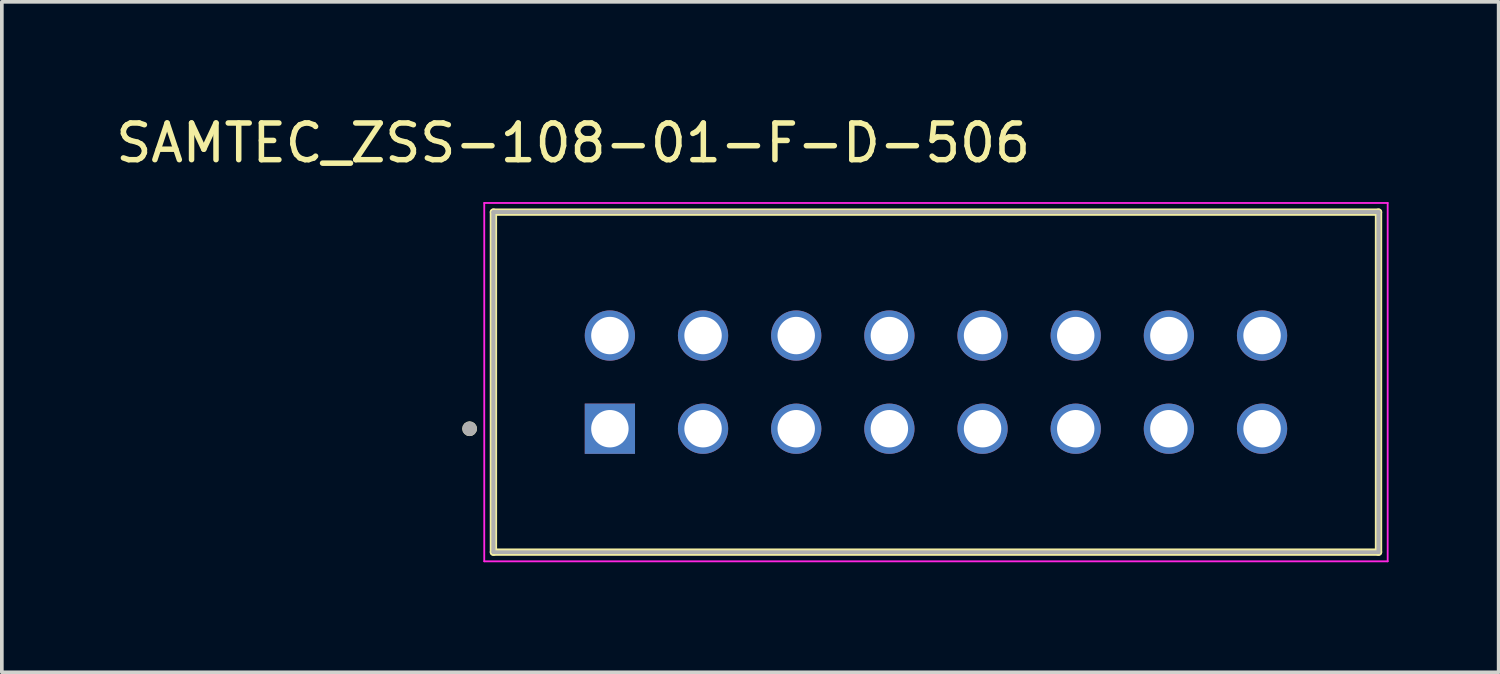
<source format=kicad_pcb>
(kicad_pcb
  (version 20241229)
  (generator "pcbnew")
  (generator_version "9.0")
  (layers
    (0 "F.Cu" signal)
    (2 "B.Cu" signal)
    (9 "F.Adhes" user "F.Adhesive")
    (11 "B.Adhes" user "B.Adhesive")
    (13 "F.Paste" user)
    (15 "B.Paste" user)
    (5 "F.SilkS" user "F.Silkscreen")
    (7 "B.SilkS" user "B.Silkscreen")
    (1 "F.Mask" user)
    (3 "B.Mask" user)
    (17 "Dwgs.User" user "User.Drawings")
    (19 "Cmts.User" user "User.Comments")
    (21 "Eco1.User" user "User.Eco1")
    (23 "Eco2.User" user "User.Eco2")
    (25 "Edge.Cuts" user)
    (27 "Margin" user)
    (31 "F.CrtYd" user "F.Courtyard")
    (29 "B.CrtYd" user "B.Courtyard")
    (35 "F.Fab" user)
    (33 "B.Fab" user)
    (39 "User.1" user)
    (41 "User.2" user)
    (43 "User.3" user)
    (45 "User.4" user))
  (footprint "SAMTEC_ZSS-108-01-F-D-506"
    (layer "F.Cu")
    (at 13.577 8.638)
    (property "Reference" "SAMTEC_ZSS-108-01-F-D-506" (at -1 -7.79 0) (layer "F.SilkS") (effects (font (size 1 1) (thickness 0.15))))
    (attr through_hole)
    (fp_line (start -3.175 3.365) (end -3.175 -5.905) (stroke (width 0.2) (type solid)) (layer "F.SilkS"))
    (fp_line (start 20.955 -5.905) (end -3.175 -5.905) (stroke (width 0.2) (type solid)) (layer "F.SilkS"))
    (fp_line (start 20.955 -5.905) (end 20.955 3.365) (stroke (width 0.2) (type solid)) (layer "F.SilkS"))
    (fp_line (start 20.955 3.365) (end -3.175 3.365) (stroke (width 0.2) (type solid)) (layer "F.SilkS"))
    (fp_circle (center -3.825 0) (end -3.725 0) (stroke (width 0.2) (type solid)) (fill no) (layer "F.SilkS"))
    (fp_line (start -3.425 -6.155) (end 21.205 -6.155) (stroke (width 0.05) (type solid)) (layer "F.CrtYd"))
    (fp_line (start -3.425 3.615) (end -3.425 -6.155) (stroke (width 0.05) (type solid)) (layer "F.CrtYd"))
    (fp_line (start 21.205 -6.155) (end 21.205 3.615) (stroke (width 0.05) (type solid)) (layer "F.CrtYd"))
    (fp_line (start 21.205 3.615) (end -3.425 3.615) (stroke (width 0.05) (type solid)) (layer "F.CrtYd"))
    (fp_line (start -3.175 -5.905) (end 20.955 -5.905) (stroke (width 0.1) (type solid)) (layer "F.Fab"))
    (fp_line (start -3.175 -5.905) (end 20.955 -5.905) (stroke (width 0.1) (type solid)) (layer "F.Fab"))
    (fp_line (start -3.175 3.365) (end -3.175 -5.905) (stroke (width 0.1) (type solid)) (layer "F.Fab"))
    (fp_line (start -3.175 3.365) (end -3.175 -5.905) (stroke (width 0.1) (type solid)) (layer "F.Fab"))
    (fp_line (start 20.955 -5.905) (end 20.955 3.365) (stroke (width 0.1) (type solid)) (layer "F.Fab"))
    (fp_line (start 20.955 -5.905) (end 20.955 3.365) (stroke (width 0.1) (type solid)) (layer "F.Fab"))
    (fp_line (start 20.955 3.365) (end -3.175 3.365) (stroke (width 0.1) (type solid)) (layer "F.Fab"))
    (fp_circle (center -3.825 0) (end -3.725 0) (stroke (width 0.2) (type solid)) (fill no) (layer "F.Fab"))
    (pad "01" thru_hole rect (at 0 0) (size 1.37 1.37) (drill 1.02) (layers "*.Cu" "*.Mask"))
    (pad "02" thru_hole circle (at 0 -2.54) (size 1.37 1.37) (drill 1.02) (layers "*.Cu" "*.Mask"))
    (pad "03" thru_hole circle (at 2.54 0) (size 1.37 1.37) (drill 1.02) (layers "*.Cu" "*.Mask"))
    (pad "04" thru_hole circle (at 2.54 -2.54) (size 1.37 1.37) (drill 1.02) (layers "*.Cu" "*.Mask"))
    (pad "05" thru_hole circle (at 5.08 0) (size 1.37 1.37) (drill 1.02) (layers "*.Cu" "*.Mask"))
    (pad "06" thru_hole circle (at 5.08 -2.54) (size 1.37 1.37) (drill 1.02) (layers "*.Cu" "*.Mask"))
    (pad "07" thru_hole circle (at 7.62 0) (size 1.37 1.37) (drill 1.02) (layers "*.Cu" "*.Mask"))
    (pad "08" thru_hole circle (at 7.62 -2.54) (size 1.37 1.37) (drill 1.02) (layers "*.Cu" "*.Mask"))
    (pad "09" thru_hole circle (at 10.16 0) (size 1.37 1.37) (drill 1.02) (layers "*.Cu" "*.Mask"))
    (pad "10" thru_hole circle (at 10.16 -2.54) (size 1.37 1.37) (drill 1.02) (layers "*.Cu" "*.Mask"))
    (pad "11" thru_hole circle (at 12.7 0) (size 1.37 1.37) (drill 1.02) (layers "*.Cu" "*.Mask"))
    (pad "12" thru_hole circle (at 12.7 -2.54) (size 1.37 1.37) (drill 1.02) (layers "*.Cu" "*.Mask"))
    (pad "13" thru_hole circle (at 15.24 0) (size 1.37 1.37) (drill 1.02) (layers "*.Cu" "*.Mask"))
    (pad "14" thru_hole circle (at 15.24 -2.54) (size 1.37 1.37) (drill 1.02) (layers "*.Cu" "*.Mask"))
    (pad "15" thru_hole circle (at 17.78 0) (size 1.37 1.37) (drill 1.02) (layers "*.Cu" "*.Mask"))
    (pad "16" thru_hole circle (at 17.78 -2.54) (size 1.37 1.37) (drill 1.02) (layers "*.Cu" "*.Mask")))
  (gr_rect
    (start -3 -3)
    (end 37.807 15.278)
    (stroke (width 0.1) (type default))
    (fill no)
    (layer "Edge.Cuts")))
</source>
